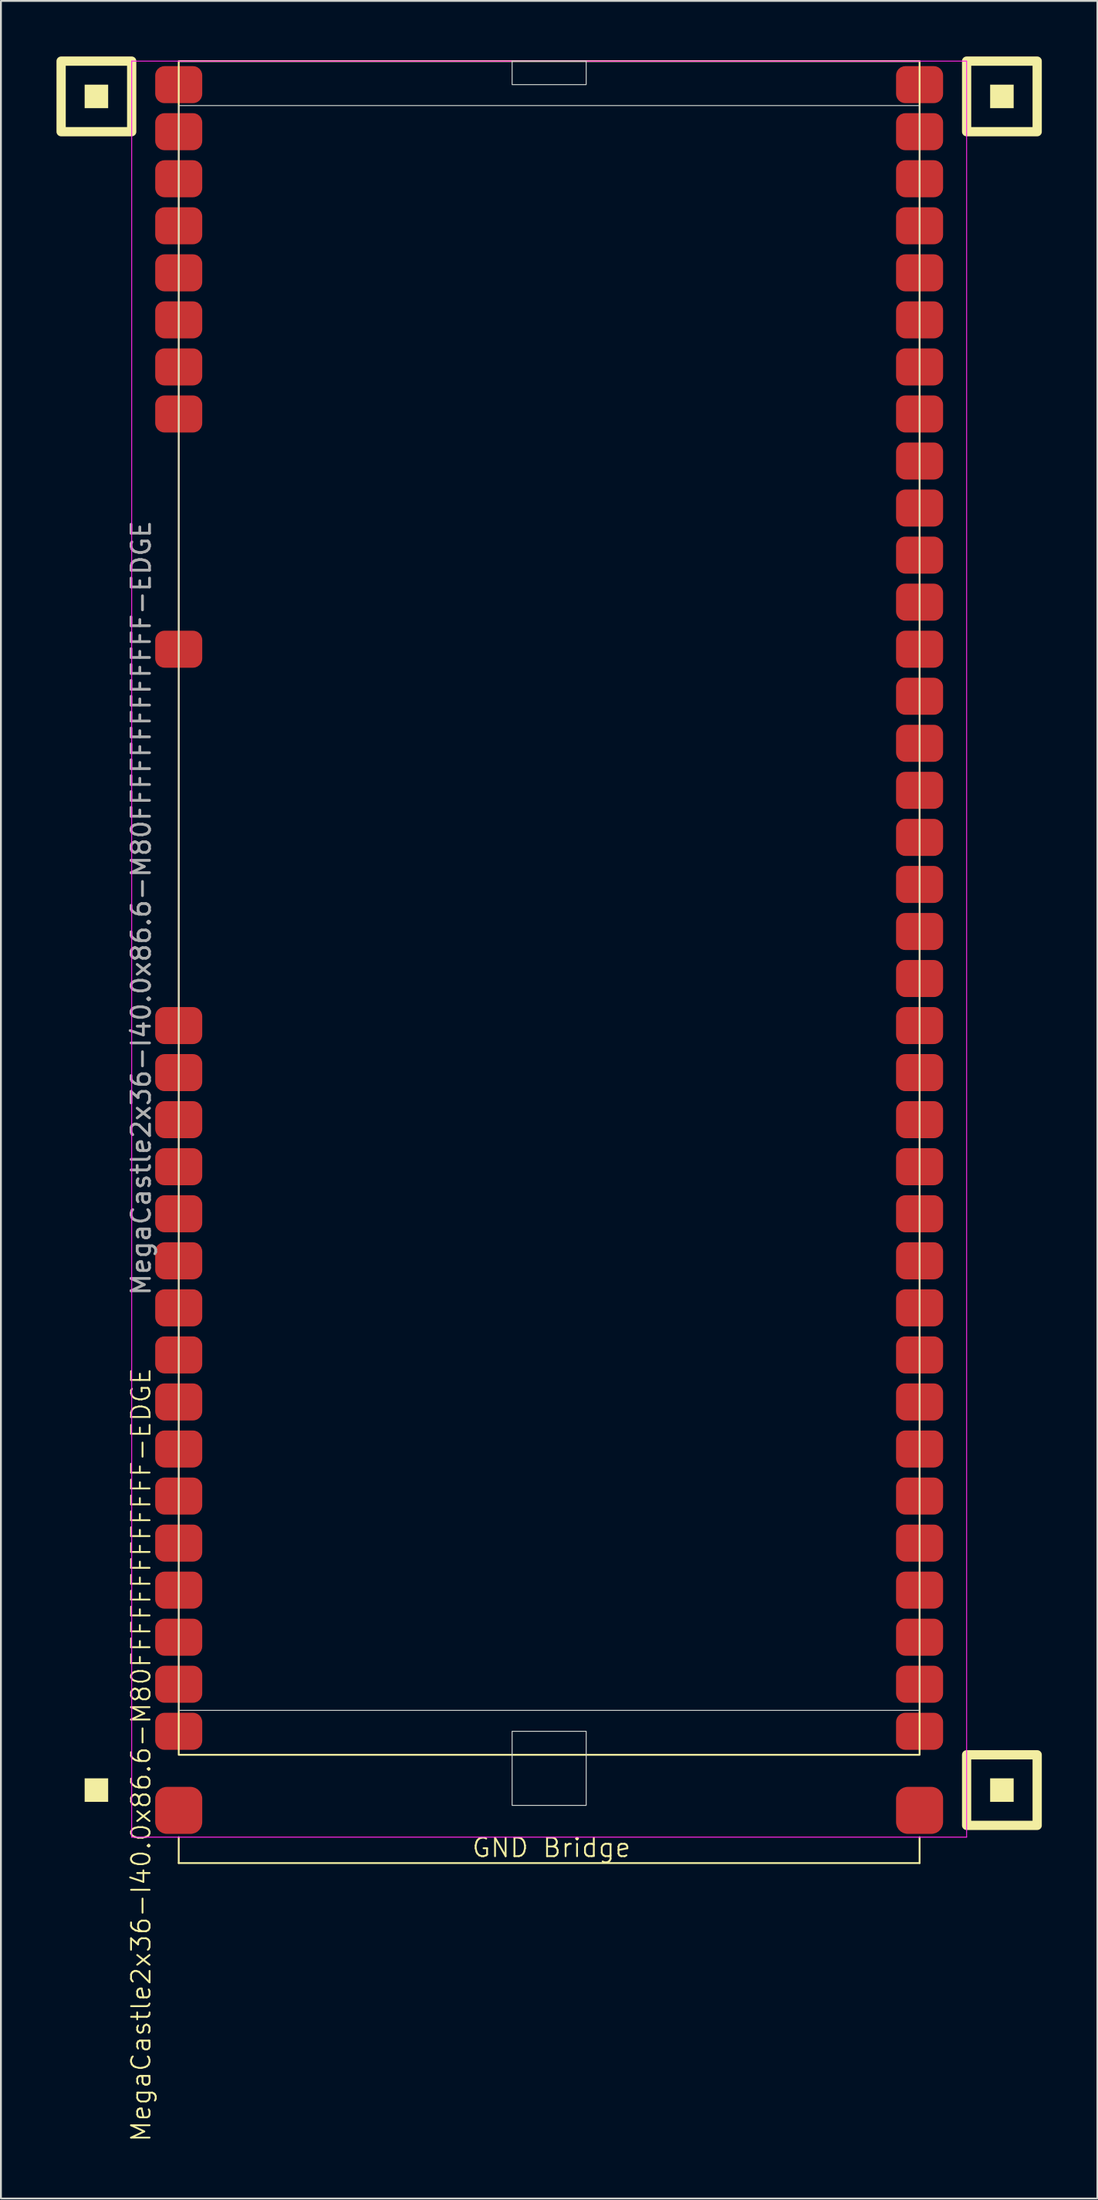
<source format=kicad_pcb>
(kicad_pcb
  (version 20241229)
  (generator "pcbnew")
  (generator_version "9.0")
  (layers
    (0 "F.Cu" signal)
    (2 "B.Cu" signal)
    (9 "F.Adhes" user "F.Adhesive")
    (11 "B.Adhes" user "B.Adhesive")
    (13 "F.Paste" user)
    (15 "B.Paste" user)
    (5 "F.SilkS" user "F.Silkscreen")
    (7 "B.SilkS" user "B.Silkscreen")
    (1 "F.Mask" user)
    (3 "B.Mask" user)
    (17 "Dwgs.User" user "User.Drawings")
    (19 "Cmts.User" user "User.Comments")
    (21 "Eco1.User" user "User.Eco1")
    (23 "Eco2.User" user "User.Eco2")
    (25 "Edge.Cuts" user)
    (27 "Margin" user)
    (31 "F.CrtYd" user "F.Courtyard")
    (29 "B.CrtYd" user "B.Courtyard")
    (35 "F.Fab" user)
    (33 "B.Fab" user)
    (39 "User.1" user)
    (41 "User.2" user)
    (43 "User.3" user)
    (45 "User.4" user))
  (footprint "MegaCastle2x36-I40.0x86.6-M80FFFFFFFFFFFFF-EDGE"
    (layer "F.Cu")
    (at 26.6 45.97)
    (property "Reference" "MegaCastle2x36-I40.0x86.6-M80FFFFFFFFFFFFF-EDGE" (at -22.032 45.72 90) (unlocked yes) (layer "F.SilkS") (effects (font (size 1 1) (thickness 0.1))))
    (attr smd)
    (fp_line (start -20 50.165) (end -20 51.565) (stroke (width 0.1) (type default)) (layer "F.SilkS"))
    (fp_line (start -20 51.565) (end 20 51.565) (stroke (width 0.1) (type default)) (layer "F.SilkS"))
    (fp_line (start 20 50.165) (end 20 51.565) (stroke (width 0.1) (type default)) (layer "F.SilkS"))
    (fp_rect (start -23.81 -43.18) (end -25.08 -44.45) (stroke (width 0) (type solid)) (fill yes) (layer "F.SilkS"))
    (fp_rect (start -23.81 48.26) (end -25.08 46.99) (stroke (width 0) (type solid)) (fill yes) (layer "F.SilkS"))
    (fp_rect (start -22.54 -41.91) (end -26.35 -45.72) (stroke (width 0.5) (type default)) (fill no) (layer "F.SilkS"))
    (fp_rect (start -20 -45.72) (end 20 45.72) (stroke (width 0.1) (type default)) (fill no) (layer "F.SilkS"))
    (fp_rect (start 25.08 -43.18) (end 23.81 -44.45) (stroke (width 0) (type solid)) (fill yes) (layer "F.SilkS"))
    (fp_rect (start 25.08 48.26) (end 23.81 46.99) (stroke (width 0) (type solid)) (fill yes) (layer "F.SilkS"))
    (fp_rect (start 26.35 -41.91) (end 22.54 -45.72) (stroke (width 0.5) (type default)) (fill no) (layer "F.SilkS"))
    (fp_rect (start 26.35 49.53) (end 22.54 45.72) (stroke (width 0.5) (type default)) (fill no) (layer "F.SilkS"))
    (fp_rect (start -20 -43.32) (end 20 43.32) (stroke (width 0.05) (type default)) (fill no) (layer "Edge.Cuts"))
    (fp_rect (start -2 -44.45) (end 2 -45.72) (stroke (width 0.05) (type default)) (fill no) (layer "Edge.Cuts"))
    (fp_rect (start -2 44.45) (end 2 48.45) (stroke (width 0.05) (type default)) (fill no) (layer "Edge.Cuts"))
    (fp_line (start -22.54 -45.72) (end -22.54 50.165) (stroke (width 0.05) (type default)) (layer "F.CrtYd"))
    (fp_line (start -22.54 50.165) (end 22.54 50.165) (stroke (width 0.05) (type default)) (layer "F.CrtYd"))
    (fp_line (start 22.54 -45.72) (end -22.54 -45.72) (stroke (width 0.05) (type default)) (layer "F.CrtYd"))
    (fp_line (start 22.54 -45.72) (end 22.54 50.165) (stroke (width 0.05) (type default)) (layer "F.CrtYd"))
    (fp_text user "GND Bridge" (at -4.226 51.32 0) (unlocked yes) (layer "F.SilkS") (effects (font (size 1 1) (thickness 0.1)) (justify left bottom)))
    (fp_text user "${REFERENCE}" (at -22.032 0 90) (unlocked yes) (layer "F.Fab") (effects (font (size 1 1) (thickness 0.15))))
    (pad "1" smd roundrect (at -20 -44.45) (size 2.54 2) (layers "F.Cu" "F.Mask" "F.Paste") (roundrect_rratio 0.25))
    (pad "2" smd roundrect (at -20 -41.91) (size 2.54 2) (layers "F.Cu" "F.Mask" "F.Paste") (roundrect_rratio 0.25))
    (pad "3" smd roundrect (at -20 -39.37) (size 2.54 2) (layers "F.Cu" "F.Mask" "F.Paste") (roundrect_rratio 0.25))
    (pad "4" smd roundrect (at -20 -36.83) (size 2.54 2) (layers "F.Cu" "F.Mask" "F.Paste") (roundrect_rratio 0.25))
    (pad "5" smd roundrect (at -20 -34.29) (size 2.54 2) (layers "F.Cu" "F.Mask" "F.Paste") (roundrect_rratio 0.25))
    (pad "6" smd roundrect (at -20 -31.75) (size 2.54 2) (layers "F.Cu" "F.Mask" "F.Paste") (roundrect_rratio 0.25))
    (pad "7" smd roundrect (at -20 -29.21) (size 2.54 2) (layers "F.Cu" "F.Mask" "F.Paste") (roundrect_rratio 0.25))
    (pad "8" smd roundrect (at -20 -26.67) (size 2.54 2) (layers "F.Cu" "F.Mask" "F.Paste") (roundrect_rratio 0.25))
    (pad "13" smd roundrect (at -20 -13.97) (size 2.54 2) (layers "F.Cu" "F.Mask" "F.Paste") (roundrect_rratio 0.25))
    (pad "21" smd roundrect (at -20 6.35) (size 2.54 2) (layers "F.Cu" "F.Mask" "F.Paste") (roundrect_rratio 0.25))
    (pad "22" smd roundrect (at -20 8.89) (size 2.54 2) (layers "F.Cu" "F.Mask" "F.Paste") (roundrect_rratio 0.25))
    (pad "23" smd roundrect (at -20 11.43) (size 2.54 2) (layers "F.Cu" "F.Mask" "F.Paste") (roundrect_rratio 0.25))
    (pad "24" smd roundrect (at -20 13.97) (size 2.54 2) (layers "F.Cu" "F.Mask" "F.Paste") (roundrect_rratio 0.25))
    (pad "25" smd roundrect (at -20 16.51) (size 2.54 2) (layers "F.Cu" "F.Mask" "F.Paste") (roundrect_rratio 0.25))
    (pad "26" smd roundrect (at -20 19.05) (size 2.54 2) (layers "F.Cu" "F.Mask" "F.Paste") (roundrect_rratio 0.25))
    (pad "27" smd roundrect (at -20 21.59) (size 2.54 2) (layers "F.Cu" "F.Mask" "F.Paste") (roundrect_rratio 0.25))
    (pad "28" smd roundrect (at -20 24.13) (size 2.54 2) (layers "F.Cu" "F.Mask" "F.Paste") (roundrect_rratio 0.25))
    (pad "29" smd roundrect (at -20 26.67) (size 2.54 2) (layers "F.Cu" "F.Mask" "F.Paste") (roundrect_rratio 0.25))
    (pad "30" smd roundrect (at -20 29.21) (size 2.54 2) (layers "F.Cu" "F.Mask" "F.Paste") (roundrect_rratio 0.25))
    (pad "31" smd roundrect (at -20 31.75) (size 2.54 2) (layers "F.Cu" "F.Mask" "F.Paste") (roundrect_rratio 0.25))
    (pad "32" smd roundrect (at -20 34.29) (size 2.54 2) (layers "F.Cu" "F.Mask" "F.Paste") (roundrect_rratio 0.25))
    (pad "33" smd roundrect (at -20 36.83) (size 2.54 2) (layers "F.Cu" "F.Mask" "F.Paste") (roundrect_rratio 0.25))
    (pad "34" smd roundrect (at -20 39.37) (size 2.54 2) (layers "F.Cu" "F.Mask" "F.Paste") (roundrect_rratio 0.25))
    (pad "35" smd roundrect (at -20 41.91) (size 2.54 2) (layers "F.Cu" "F.Mask" "F.Paste") (roundrect_rratio 0.25))
    (pad "36" smd roundrect (at -20 44.45) (size 2.54 2) (layers "F.Cu" "F.Mask" "F.Paste") (roundrect_rratio 0.25))
    (pad "37" smd roundrect (at 20 -44.45) (size 2.54 2) (layers "F.Cu" "F.Mask" "F.Paste") (roundrect_rratio 0.25))
    (pad "38" smd roundrect (at 20 -41.91) (size 2.54 2) (layers "F.Cu" "F.Mask" "F.Paste") (roundrect_rratio 0.25))
    (pad "39" smd roundrect (at 20 -39.37) (size 2.54 2) (layers "F.Cu" "F.Mask" "F.Paste") (roundrect_rratio 0.25))
    (pad "40" smd roundrect (at 20 -36.83) (size 2.54 2) (layers "F.Cu" "F.Mask" "F.Paste") (roundrect_rratio 0.25))
    (pad "41" smd roundrect (at 20 -34.29) (size 2.54 2) (layers "F.Cu" "F.Mask" "F.Paste") (roundrect_rratio 0.25))
    (pad "42" smd roundrect (at 20 -31.75) (size 2.54 2) (layers "F.Cu" "F.Mask" "F.Paste") (roundrect_rratio 0.25))
    (pad "43" smd roundrect (at 20 -29.21) (size 2.54 2) (layers "F.Cu" "F.Mask" "F.Paste") (roundrect_rratio 0.25))
    (pad "44" smd roundrect (at 20 -26.67) (size 2.54 2) (layers "F.Cu" "F.Mask" "F.Paste") (roundrect_rratio 0.25))
    (pad "45" smd roundrect (at 20 -24.13) (size 2.54 2) (layers "F.Cu" "F.Mask" "F.Paste") (roundrect_rratio 0.25))
    (pad "46" smd roundrect (at 20 -21.59) (size 2.54 2) (layers "F.Cu" "F.Mask" "F.Paste") (roundrect_rratio 0.25))
    (pad "47" smd roundrect (at 20 -19.05) (size 2.54 2) (layers "F.Cu" "F.Mask" "F.Paste") (roundrect_rratio 0.25))
    (pad "48" smd roundrect (at 20 -16.51) (size 2.54 2) (layers "F.Cu" "F.Mask" "F.Paste") (roundrect_rratio 0.25))
    (pad "49" smd roundrect (at 20 -13.97) (size 2.54 2) (layers "F.Cu" "F.Mask" "F.Paste") (roundrect_rratio 0.25))
    (pad "50" smd roundrect (at 20 -11.43) (size 2.54 2) (layers "F.Cu" "F.Mask" "F.Paste") (roundrect_rratio 0.25))
    (pad "51" smd roundrect (at 20 -8.89) (size 2.54 2) (layers "F.Cu" "F.Mask" "F.Paste") (roundrect_rratio 0.25))
    (pad "52" smd roundrect (at 20 -6.35) (size 2.54 2) (layers "F.Cu" "F.Mask" "F.Paste") (roundrect_rratio 0.25))
    (pad "53" smd roundrect (at 20 -3.81) (size 2.54 2) (layers "F.Cu" "F.Mask" "F.Paste") (roundrect_rratio 0.25))
    (pad "54" smd roundrect (at 20 -1.27) (size 2.54 2) (layers "F.Cu" "F.Mask" "F.Paste") (roundrect_rratio 0.25))
    (pad "55" smd roundrect (at 20 1.27) (size 2.54 2) (layers "F.Cu" "F.Mask" "F.Paste") (roundrect_rratio 0.25))
    (pad "56" smd roundrect (at 20 3.81) (size 2.54 2) (layers "F.Cu" "F.Mask" "F.Paste") (roundrect_rratio 0.25))
    (pad "57" smd roundrect (at 20 6.35) (size 2.54 2) (layers "F.Cu" "F.Mask" "F.Paste") (roundrect_rratio 0.25))
    (pad "58" smd roundrect (at 20 8.89) (size 2.54 2) (layers "F.Cu" "F.Mask" "F.Paste") (roundrect_rratio 0.25))
    (pad "59" smd roundrect (at 20 11.43) (size 2.54 2) (layers "F.Cu" "F.Mask" "F.Paste") (roundrect_rratio 0.25))
    (pad "60" smd roundrect (at 20 13.97) (size 2.54 2) (layers "F.Cu" "F.Mask" "F.Paste") (roundrect_rratio 0.25))
    (pad "61" smd roundrect (at 20 16.51) (size 2.54 2) (layers "F.Cu" "F.Mask" "F.Paste") (roundrect_rratio 0.25))
    (pad "62" smd roundrect (at 20 19.05) (size 2.54 2) (layers "F.Cu" "F.Mask" "F.Paste") (roundrect_rratio 0.25))
    (pad "63" smd roundrect (at 20 21.59) (size 2.54 2) (layers "F.Cu" "F.Mask" "F.Paste") (roundrect_rratio 0.25))
    (pad "64" smd roundrect (at 20 24.13) (size 2.54 2) (layers "F.Cu" "F.Mask" "F.Paste") (roundrect_rratio 0.25))
    (pad "65" smd roundrect (at 20 26.67) (size 2.54 2) (layers "F.Cu" "F.Mask" "F.Paste") (roundrect_rratio 0.25))
    (pad "66" smd roundrect (at 20 29.21) (size 2.54 2) (layers "F.Cu" "F.Mask" "F.Paste") (roundrect_rratio 0.25))
    (pad "67" smd roundrect (at 20 31.75) (size 2.54 2) (layers "F.Cu" "F.Mask" "F.Paste") (roundrect_rratio 0.25))
    (pad "68" smd roundrect (at 20 34.29) (size 2.54 2) (layers "F.Cu" "F.Mask" "F.Paste") (roundrect_rratio 0.25))
    (pad "69" smd roundrect (at 20 36.83) (size 2.54 2) (layers "F.Cu" "F.Mask" "F.Paste") (roundrect_rratio 0.25))
    (pad "70" smd roundrect (at 20 39.37) (size 2.54 2) (layers "F.Cu" "F.Mask" "F.Paste") (roundrect_rratio 0.25))
    (pad "71" smd roundrect (at 20 41.91) (size 2.54 2) (layers "F.Cu" "F.Mask" "F.Paste") (roundrect_rratio 0.25))
    (pad "72" smd roundrect (at 20 44.45) (size 2.54 2) (layers "F.Cu" "F.Mask" "F.Paste") (roundrect_rratio 0.25))
    (pad "B1" smd roundrect (at -20 48.72) (size 2.54 2.54) (layers "F.Cu" "F.Mask" "F.Paste") (roundrect_rratio 0.25))
    (pad "B2" smd roundrect (at 20 48.72) (size 2.54 2.54) (layers "F.Cu" "F.Mask" "F.Paste") (roundrect_rratio 0.25)))
  (gr_rect
    (start -3 -3)
    (end 56.2 115.645)
    (stroke (width 0.1) (type default))
    (fill no)
    (layer "Edge.Cuts")))
</source>
